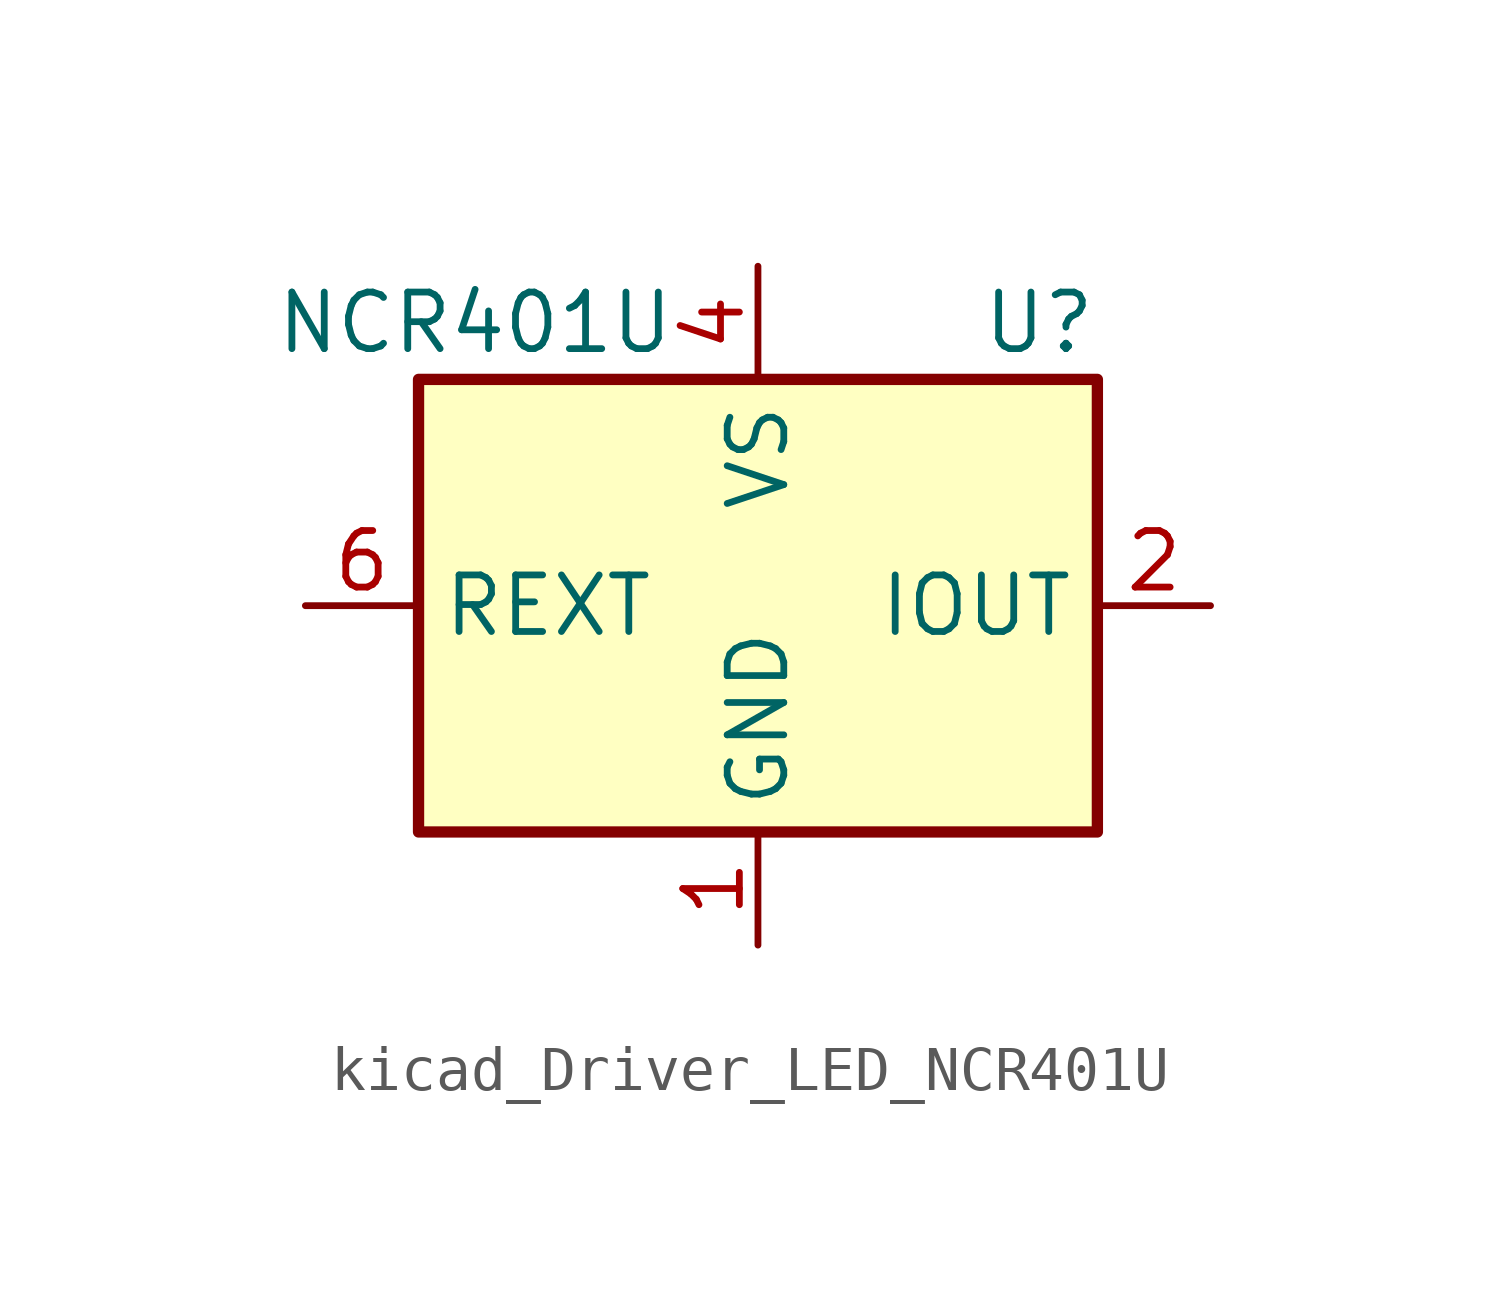
<source format=kicad_sym>
(kicad_symbol_lib
  (version 20220914)
  (generator kicad_symbol_editor)
  (symbol "kicad_Driver_LED_NCR401U"
    (property "Reference" "U"
      (at 7.62 6.35 0)
      (effects (font (size 1.27 1.27)) (justify right)))
    (property "Value" "NCR401U"
      (at -6.35 6.35 0)
      (effects (font (size 1.27 1.27))))
    (symbol "kicad_Driver_LED_NCR401U_0_1"
      (rectangle (start -7.62 5.08) (end 7.62 -5.08) (stroke (width 0.254) (type default)) (fill (type background))))
    (symbol "kicad_Driver_LED_NCR401U_1_1"
      (pin power_in line (at 0 -7.62 90) (length 2.54) (name "GND" (effects (font (size 1.27 1.27)))) (number "1" (effects (font (size 1.27 1.27)))))
      (pin output line (at 10.16 0 180) (length 2.54) (name "IOUT" (effects (font (size 1.27 1.27)))) (number "2" (effects (font (size 1.27 1.27)))))
      (pin passive line (at 10.16 0 180) (length 2.54) hide (name "IOUT" (effects (font (size 1.27 1.27)))) (number "3" (effects (font (size 1.27 1.27)))))
      (pin power_in line (at 0 7.62 270) (length 2.54) (name "VS" (effects (font (size 1.27 1.27)))) (number "4" (effects (font (size 1.27 1.27)))))
      (pin passive line (at 10.16 0 180) (length 2.54) hide (name "IOUT" (effects (font (size 1.27 1.27)))) (number "5" (effects (font (size 1.27 1.27)))))
      (pin passive line (at -10.16 0 0) (length 2.54) (name "REXT" (effects (font (size 1.27 1.27)))) (number "6" (effects (font (size 1.27 1.27))))))))
</source>
